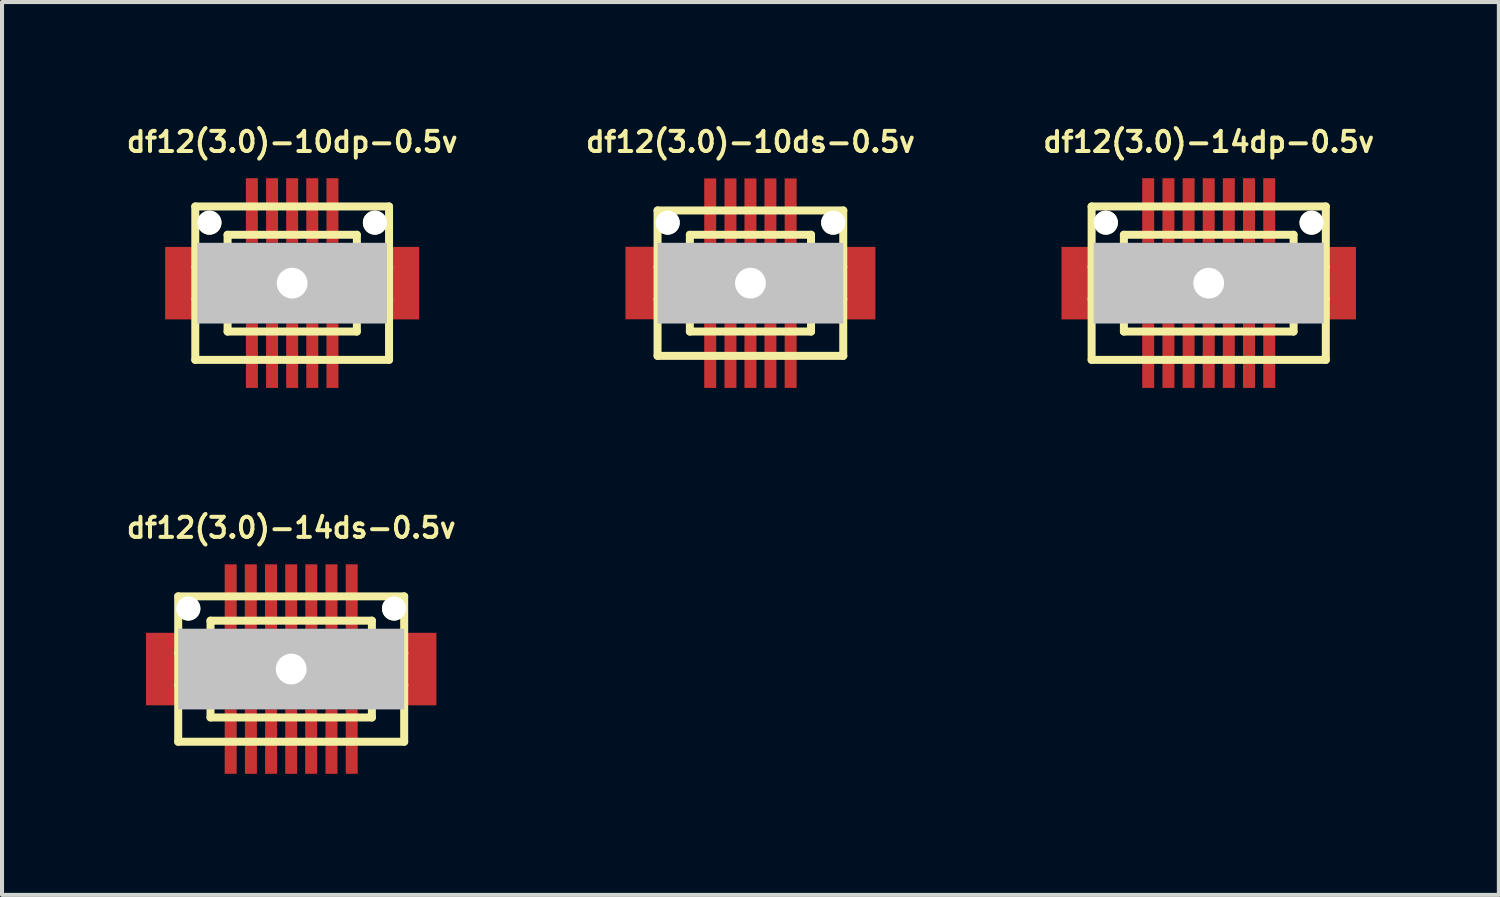
<source format=kicad_pcb>
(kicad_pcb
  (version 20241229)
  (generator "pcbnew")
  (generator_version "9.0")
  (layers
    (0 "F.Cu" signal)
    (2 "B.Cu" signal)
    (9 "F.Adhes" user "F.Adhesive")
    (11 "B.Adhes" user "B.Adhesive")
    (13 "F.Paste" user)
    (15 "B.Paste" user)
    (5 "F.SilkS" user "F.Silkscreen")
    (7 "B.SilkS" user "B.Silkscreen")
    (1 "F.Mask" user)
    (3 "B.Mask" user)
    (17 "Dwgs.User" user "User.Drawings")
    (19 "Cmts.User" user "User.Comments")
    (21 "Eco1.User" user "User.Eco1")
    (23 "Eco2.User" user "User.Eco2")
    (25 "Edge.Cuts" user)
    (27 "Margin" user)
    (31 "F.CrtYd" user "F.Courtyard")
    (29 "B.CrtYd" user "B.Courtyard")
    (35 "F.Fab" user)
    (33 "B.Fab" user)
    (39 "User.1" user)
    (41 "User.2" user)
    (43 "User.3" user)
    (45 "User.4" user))
  (footprint "df12(3.0)-10dp-0.5v"
    (layer "F.Cu")
    (at 4.188 3.965)
    (property "Reference" "df12(3.0)-10dp-0.5v" (at 0 -3.5 0) (layer "F.SilkS") (effects (font (size 0.498 0.498) (thickness 0.099))))
    (attr through_hole)
    (fp_line (start -2.4 -1.9) (end -2.4 1.9) (stroke (width 0.198) (type solid)) (layer "F.SilkS"))
    (fp_line (start -2.4 -1.9) (end 2.4 -1.9) (stroke (width 0.198) (type solid)) (layer "F.SilkS"))
    (fp_line (start -1.6 -0.399) (end -2.4 -0.399) (stroke (width 0.198) (type solid)) (layer "F.SilkS"))
    (fp_line (start -1.6 0.399) (end -2.4 0.399) (stroke (width 0.198) (type solid)) (layer "F.SilkS"))
    (fp_line (start -1.6 1.199) (end -1.6 -1.199) (stroke (width 0.198) (type solid)) (layer "F.SilkS"))
    (fp_line (start -1.6 1.199) (end 1.6 1.199) (stroke (width 0.198) (type solid)) (layer "F.SilkS"))
    (fp_line (start 1.6 -1.199) (end -1.6 -1.199) (stroke (width 0.198) (type solid)) (layer "F.SilkS"))
    (fp_line (start 1.603 -1.199) (end 1.603 1.199) (stroke (width 0.198) (type solid)) (layer "F.SilkS"))
    (fp_line (start 1.603 -0.399) (end 2.403 -0.399) (stroke (width 0.198) (type solid)) (layer "F.SilkS"))
    (fp_line (start 2.4 1.9) (end -2.4 1.9) (stroke (width 0.198) (type solid)) (layer "F.SilkS"))
    (fp_line (start 2.4 1.9) (end 2.4 -1.9) (stroke (width 0.198) (type solid)) (layer "F.SilkS"))
    (fp_line (start 2.403 0.399) (end 1.603 0.399) (stroke (width 0.198) (type solid)) (layer "F.SilkS"))
    (pad "" smd rect (at -2.748 0) (size 0.798 1.796) (layers "F.Cu" "F.Mask" "F.Paste"))
    (pad "" np_thru_hole circle (at -2.05 -1.499) (size 0.597 0.597) (drill 0.597) (layers "*.Cu" "*.Mask" "F.SilkS"))
    (pad "" np_thru_hole rect (at 0 0) (size 4.699 1.999) (drill 0.762) (layers "Dwgs.User"))
    (pad "" np_thru_hole circle (at 2.05 -1.499) (size 0.597 0.597) (drill 0.597) (layers "*.Cu" "*.Mask" "F.SilkS"))
    (pad "" smd rect (at 2.748 0) (size 0.798 1.796) (layers "F.Cu" "F.Mask" "F.Paste"))
    (pad "1" smd rect (at 0.998 1.796) (size 0.297 1.598) (layers "F.Cu" "F.Mask" "F.Paste"))
    (pad "2" smd rect (at 0.498 1.796) (size 0.297 1.598) (layers "F.Cu" "F.Mask" "F.Paste"))
    (pad "3" smd rect (at 0 1.796) (size 0.297 1.598) (layers "F.Cu" "F.Mask" "F.Paste"))
    (pad "4" smd rect (at -0.498 1.796) (size 0.297 1.598) (layers "F.Cu" "F.Mask" "F.Paste"))
    (pad "5" smd rect (at -0.998 1.796) (size 0.297 1.598) (layers "F.Cu" "F.Mask" "F.Paste"))
    (pad "6" smd rect (at -0.998 -1.801) (size 0.297 1.598) (layers "F.Cu" "F.Mask" "F.Paste"))
    (pad "7" smd rect (at -0.498 -1.801) (size 0.297 1.598) (layers "F.Cu" "F.Mask" "F.Paste"))
    (pad "8" smd rect (at 0 -1.801) (size 0.297 1.598) (layers "F.Cu" "F.Mask" "F.Paste"))
    (pad "9" smd rect (at 0.498 -1.801) (size 0.297 1.598) (layers "F.Cu" "F.Mask" "F.Paste"))
    (pad "10" smd rect (at 0.998 -1.801) (size 0.297 1.598) (layers "F.Cu" "F.Mask" "F.Paste")))
  (footprint "df12(3.0)-14dp-0.5v"
    (layer "F.Cu")
    (at 26.894 3.965)
    (property "Reference" "df12(3.0)-14dp-0.5v" (at 0 -3.5 0) (layer "F.SilkS") (effects (font (size 0.498 0.498) (thickness 0.099))))
    (attr through_hole)
    (fp_line (start -2.901 -1.9) (end -2.901 1.9) (stroke (width 0.198) (type solid)) (layer "F.SilkS"))
    (fp_line (start -2.901 -1.9) (end 2.901 -1.9) (stroke (width 0.198) (type solid)) (layer "F.SilkS"))
    (fp_line (start -2.101 -0.399) (end -2.901 -0.399) (stroke (width 0.198) (type solid)) (layer "F.SilkS"))
    (fp_line (start -2.101 0.399) (end -2.901 0.399) (stroke (width 0.198) (type solid)) (layer "F.SilkS"))
    (fp_line (start -2.101 1.199) (end -2.101 -1.199) (stroke (width 0.198) (type solid)) (layer "F.SilkS"))
    (fp_line (start -2.101 1.199) (end 2.101 1.199) (stroke (width 0.198) (type solid)) (layer "F.SilkS"))
    (fp_line (start 2.101 -1.199) (end -2.101 -1.199) (stroke (width 0.198) (type solid)) (layer "F.SilkS"))
    (fp_line (start 2.103 -1.199) (end 2.103 1.199) (stroke (width 0.198) (type solid)) (layer "F.SilkS"))
    (fp_line (start 2.103 -0.399) (end 2.903 -0.399) (stroke (width 0.198) (type solid)) (layer "F.SilkS"))
    (fp_line (start 2.901 1.9) (end -2.901 1.9) (stroke (width 0.198) (type solid)) (layer "F.SilkS"))
    (fp_line (start 2.901 1.9) (end 2.901 -1.9) (stroke (width 0.198) (type solid)) (layer "F.SilkS"))
    (fp_line (start 2.903 0.399) (end 2.103 0.399) (stroke (width 0.198) (type solid)) (layer "F.SilkS"))
    (pad "" smd rect (at -3.249 0) (size 0.798 1.796) (layers "F.Cu" "F.Mask" "F.Paste"))
    (pad "" np_thru_hole circle (at -2.548 -1.499) (size 0.597 0.597) (drill 0.597) (layers "*.Cu" "*.Mask" "F.SilkS"))
    (pad "" np_thru_hole rect (at 0 0) (size 5.7 1.999) (drill 0.762) (layers "Dwgs.User"))
    (pad "" np_thru_hole circle (at 2.548 -1.499) (size 0.597 0.597) (drill 0.597) (layers "*.Cu" "*.Mask" "F.SilkS"))
    (pad "" smd rect (at 3.249 0) (size 0.798 1.796) (layers "F.Cu" "F.Mask" "F.Paste"))
    (pad "1" smd rect (at 1.499 1.796) (size 0.297 1.598) (layers "F.Cu" "F.Mask" "F.Paste"))
    (pad "2" smd rect (at 0.998 1.796) (size 0.297 1.598) (layers "F.Cu" "F.Mask" "F.Paste"))
    (pad "3" smd rect (at 0.498 1.796) (size 0.297 1.598) (layers "F.Cu" "F.Mask" "F.Paste"))
    (pad "4" smd rect (at 0 1.796) (size 0.297 1.598) (layers "F.Cu" "F.Mask" "F.Paste"))
    (pad "5" smd rect (at -0.498 1.796) (size 0.297 1.598) (layers "F.Cu" "F.Mask" "F.Paste"))
    (pad "6" smd rect (at -0.998 1.796) (size 0.297 1.598) (layers "F.Cu" "F.Mask" "F.Paste"))
    (pad "7" smd rect (at -1.499 1.796) (size 0.297 1.598) (layers "F.Cu" "F.Mask" "F.Paste"))
    (pad "8" smd rect (at -1.499 -1.801) (size 0.297 1.598) (layers "F.Cu" "F.Mask" "F.Paste"))
    (pad "9" smd rect (at -0.998 -1.801) (size 0.297 1.598) (layers "F.Cu" "F.Mask" "F.Paste"))
    (pad "10" smd rect (at -0.498 -1.801) (size 0.297 1.598) (layers "F.Cu" "F.Mask" "F.Paste"))
    (pad "11" smd rect (at 0 -1.801) (size 0.297 1.598) (layers "F.Cu" "F.Mask" "F.Paste"))
    (pad "12" smd rect (at 0.498 -1.801) (size 0.297 1.598) (layers "F.Cu" "F.Mask" "F.Paste"))
    (pad "13" smd rect (at 0.998 -1.801) (size 0.297 1.598) (layers "F.Cu" "F.Mask" "F.Paste"))
    (pad "14" smd rect (at 1.499 -1.801) (size 0.297 1.598) (layers "F.Cu" "F.Mask" "F.Paste")))
  (footprint "df12(3.0)-14ds-0.5v"
    (layer "F.Cu")
    (at 4.164 13.525)
    (property "Reference" "df12(3.0)-14ds-0.5v" (at 0 -3.5 0) (layer "F.SilkS") (effects (font (size 0.498 0.498) (thickness 0.099))))
    (attr through_hole)
    (fp_line (start -2.799 -1.801) (end 2.799 -1.801) (stroke (width 0.198) (type solid)) (layer "F.SilkS"))
    (fp_line (start -2.799 1.801) (end -2.799 -1.801) (stroke (width 0.198) (type solid)) (layer "F.SilkS"))
    (fp_line (start -1.999 -0.701) (end 1.999 -0.701) (stroke (width 0.198) (type solid)) (layer "F.SilkS"))
    (fp_line (start -1.999 -0.399) (end -2.799 -0.399) (stroke (width 0.198) (type solid)) (layer "F.SilkS"))
    (fp_line (start -1.999 0.399) (end -2.799 0.399) (stroke (width 0.198) (type solid)) (layer "F.SilkS"))
    (fp_line (start -1.999 1.199) (end -1.999 -1.199) (stroke (width 0.198) (type solid)) (layer "F.SilkS"))
    (fp_line (start -1.999 1.199) (end 1.999 1.199) (stroke (width 0.198) (type solid)) (layer "F.SilkS"))
    (fp_line (start 1.999 -1.199) (end -1.999 -1.199) (stroke (width 0.198) (type solid)) (layer "F.SilkS"))
    (fp_line (start 1.999 -1.199) (end 1.999 1.199) (stroke (width 0.198) (type solid)) (layer "F.SilkS"))
    (fp_line (start 1.999 0.701) (end -1.999 0.701) (stroke (width 0.198) (type solid)) (layer "F.SilkS"))
    (fp_line (start 2.002 -0.399) (end 2.802 -0.399) (stroke (width 0.198) (type solid)) (layer "F.SilkS"))
    (fp_line (start 2.799 -1.801) (end 2.799 1.801) (stroke (width 0.198) (type solid)) (layer "F.SilkS"))
    (fp_line (start 2.799 1.801) (end -2.799 1.801) (stroke (width 0.198) (type solid)) (layer "F.SilkS"))
    (fp_line (start 2.802 0.399) (end 2.002 0.399) (stroke (width 0.198) (type solid)) (layer "F.SilkS"))
    (pad "" smd rect (at -3.198 0) (size 0.798 1.796) (layers "F.Cu" "F.Mask" "F.Paste"))
    (pad "" np_thru_hole circle (at -2.548 -1.499) (size 0.597 0.597) (drill 0.597) (layers "*.Cu" "*.Mask" "F.SilkS"))
    (pad "" np_thru_hole rect (at 0 0) (size 5.598 1.999) (drill 0.762) (layers "Dwgs.User"))
    (pad "" np_thru_hole circle (at 2.548 -1.499) (size 0.597 0.597) (drill 0.597) (layers "*.Cu" "*.Mask" "F.SilkS"))
    (pad "" smd rect (at 3.198 0) (size 0.798 1.796) (layers "F.Cu" "F.Mask" "F.Paste"))
    (pad "1" smd rect (at -1.499 1.796) (size 0.297 1.598) (layers "F.Cu" "F.Mask" "F.Paste"))
    (pad "2" smd rect (at -0.998 1.796) (size 0.297 1.598) (layers "F.Cu" "F.Mask" "F.Paste"))
    (pad "3" smd rect (at -0.498 1.796) (size 0.297 1.598) (layers "F.Cu" "F.Mask" "F.Paste"))
    (pad "4" smd rect (at 0 1.796) (size 0.297 1.598) (layers "F.Cu" "F.Mask" "F.Paste"))
    (pad "5" smd rect (at 0.495 1.796) (size 0.297 1.598) (layers "F.Cu" "F.Mask" "F.Paste"))
    (pad "6" smd rect (at 0.998 1.796) (size 0.297 1.598) (layers "F.Cu" "F.Mask" "F.Paste"))
    (pad "7" smd rect (at 1.499 1.796) (size 0.297 1.598) (layers "F.Cu" "F.Mask" "F.Paste"))
    (pad "8" smd rect (at 1.499 -1.796) (size 0.297 1.598) (layers "F.Cu" "F.Mask" "F.Paste"))
    (pad "9" smd rect (at 0.998 -1.796) (size 0.297 1.598) (layers "F.Cu" "F.Mask" "F.Paste"))
    (pad "10" smd rect (at 0.498 -1.796) (size 0.297 1.598) (layers "F.Cu" "F.Mask" "F.Paste"))
    (pad "11" smd rect (at 0 -1.796) (size 0.297 1.598) (layers "F.Cu" "F.Mask" "F.Paste"))
    (pad "12" smd rect (at -0.5 -1.796) (size 0.297 1.598) (layers "F.Cu" "F.Mask" "F.Paste"))
    (pad "13" smd rect (at -1.001 -1.796) (size 0.297 1.598) (layers "F.Cu" "F.Mask" "F.Paste"))
    (pad "14" smd rect (at -1.499 -1.796) (size 0.297 1.598) (layers "F.Cu" "F.Mask" "F.Paste")))
  (footprint "df12(3.0)-10ds-0.5v"
    (layer "F.Cu")
    (at 15.541 3.965)
    (property "Reference" "df12(3.0)-10ds-0.5v" (at 0 -3.5 0) (layer "F.SilkS") (effects (font (size 0.498 0.498) (thickness 0.099))))
    (attr through_hole)
    (fp_line (start -2.301 -1.801) (end 2.301 -1.801) (stroke (width 0.198) (type solid)) (layer "F.SilkS"))
    (fp_line (start -2.301 1.801) (end -2.301 -1.801) (stroke (width 0.198) (type solid)) (layer "F.SilkS"))
    (fp_line (start -1.501 -1.199) (end 1.501 -1.199) (stroke (width 0.198) (type solid)) (layer "F.SilkS"))
    (fp_line (start -1.501 -0.701) (end 1.501 -0.701) (stroke (width 0.198) (type solid)) (layer "F.SilkS"))
    (fp_line (start -1.501 -0.399) (end -2.301 -0.399) (stroke (width 0.198) (type solid)) (layer "F.SilkS"))
    (fp_line (start -1.501 0.399) (end -2.301 0.399) (stroke (width 0.198) (type solid)) (layer "F.SilkS"))
    (fp_line (start -1.501 1.199) (end -1.501 -1.199) (stroke (width 0.198) (type solid)) (layer "F.SilkS"))
    (fp_line (start 1.501 -1.199) (end 1.501 1.199) (stroke (width 0.198) (type solid)) (layer "F.SilkS"))
    (fp_line (start 1.501 -0.399) (end 2.301 -0.399) (stroke (width 0.198) (type solid)) (layer "F.SilkS"))
    (fp_line (start 1.501 0.701) (end -1.501 0.701) (stroke (width 0.198) (type solid)) (layer "F.SilkS"))
    (fp_line (start 1.501 1.199) (end -1.501 1.199) (stroke (width 0.198) (type solid)) (layer "F.SilkS"))
    (fp_line (start 2.299 -1.801) (end 2.299 1.801) (stroke (width 0.198) (type solid)) (layer "F.SilkS"))
    (fp_line (start 2.301 0.399) (end 1.501 0.399) (stroke (width 0.198) (type solid)) (layer "F.SilkS"))
    (fp_line (start 2.301 1.801) (end -2.301 1.801) (stroke (width 0.198) (type solid)) (layer "F.SilkS"))
    (pad "" smd rect (at -2.697 -0.003) (size 0.798 1.796) (layers "F.Cu" "F.Mask" "F.Paste"))
    (pad "" np_thru_hole circle (at -2.05 -1.499) (size 0.597 0.597) (drill 0.597) (layers "*.Cu" "*.Mask" "F.SilkS"))
    (pad "" np_thru_hole rect (at 0 0) (size 4.597 1.999) (drill 0.762) (layers "Dwgs.User"))
    (pad "" np_thru_hole circle (at 2.05 -1.499) (size 0.597 0.597) (drill 0.597) (layers "*.Cu" "*.Mask" "F.SilkS"))
    (pad "" smd rect (at 2.697 0) (size 0.798 1.796) (layers "F.Cu" "F.Mask" "F.Paste"))
    (pad "1" smd rect (at -0.996 1.796) (size 0.297 1.598) (layers "F.Cu" "F.Mask" "F.Paste"))
    (pad "2" smd rect (at -0.495 1.796) (size 0.297 1.598) (layers "F.Cu" "F.Mask" "F.Paste"))
    (pad "3" smd rect (at 0 1.796) (size 0.297 1.598) (layers "F.Cu" "F.Mask" "F.Paste"))
    (pad "4" smd rect (at 0.495 1.796) (size 0.297 1.598) (layers "F.Cu" "F.Mask" "F.Paste"))
    (pad "5" smd rect (at 0.996 1.796) (size 0.297 1.598) (layers "F.Cu" "F.Mask" "F.Paste"))
    (pad "6" smd rect (at 0.996 -1.796) (size 0.297 1.598) (layers "F.Cu" "F.Mask" "F.Paste"))
    (pad "7" smd rect (at 0.495 -1.796) (size 0.297 1.598) (layers "F.Cu" "F.Mask" "F.Paste"))
    (pad "8" smd rect (at 0 -1.796) (size 0.297 1.598) (layers "F.Cu" "F.Mask" "F.Paste"))
    (pad "9" smd rect (at -0.495 -1.796) (size 0.297 1.598) (layers "F.Cu" "F.Mask" "F.Paste"))
    (pad "10" smd rect (at -0.996 -1.796) (size 0.297 1.598) (layers "F.Cu" "F.Mask" "F.Paste")))
  (gr_rect
    (start -3 -3)
    (end 34.082 19.12)
    (stroke (width 0.1) (type default))
    (fill no)
    (layer "Edge.Cuts")))
</source>
